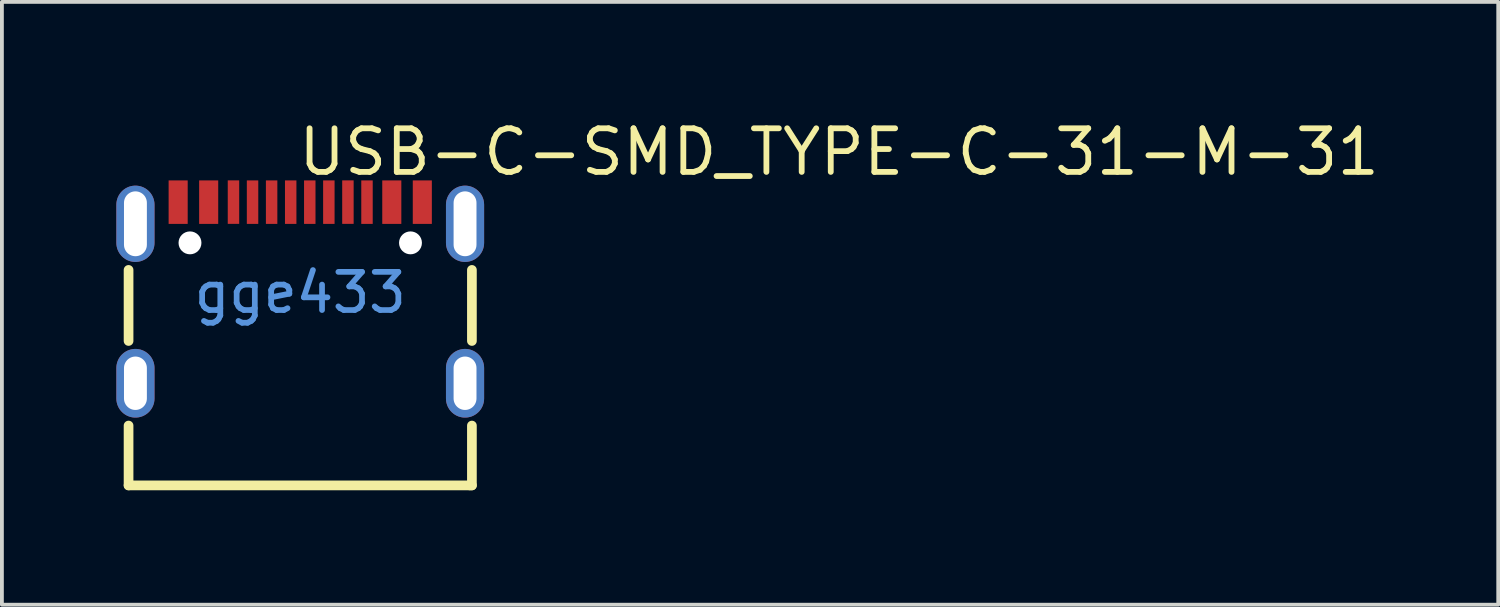
<source format=kicad_pcb>
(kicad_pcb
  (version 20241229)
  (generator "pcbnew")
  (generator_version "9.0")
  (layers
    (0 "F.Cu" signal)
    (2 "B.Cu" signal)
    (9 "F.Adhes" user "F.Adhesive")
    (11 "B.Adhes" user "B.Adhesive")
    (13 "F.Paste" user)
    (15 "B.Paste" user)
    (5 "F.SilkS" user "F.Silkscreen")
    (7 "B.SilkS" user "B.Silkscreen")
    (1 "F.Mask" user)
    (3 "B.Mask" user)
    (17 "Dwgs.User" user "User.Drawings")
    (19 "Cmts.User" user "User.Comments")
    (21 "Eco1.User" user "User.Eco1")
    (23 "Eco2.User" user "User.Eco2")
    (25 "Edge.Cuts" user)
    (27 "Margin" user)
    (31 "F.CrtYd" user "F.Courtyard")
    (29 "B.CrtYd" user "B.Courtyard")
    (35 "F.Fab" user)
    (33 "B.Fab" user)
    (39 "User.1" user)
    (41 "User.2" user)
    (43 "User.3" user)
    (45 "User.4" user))
  (footprint "USB-C-SMD_TYPE-C-31-M-31"
    (layer "F.Cu")
    (at 4.82 4.622)
    (property "Reference" "USB-C-SMD_TYPE-C-31-M-31" (at -0.127 -3.687 0) (layer "F.SilkS") (effects (font (size 1.143 1.143) (thickness 0.152)) (justify left)))
    (attr smd)
    (fp_line (start -4.5 1.266) (end -4.5 -0.597) (stroke (width 0.254) (type solid)) (layer "F.SilkS"))
    (fp_line (start -4.5 3.483) (end -4.5 5.052) (stroke (width 0.254) (type solid)) (layer "F.SilkS"))
    (fp_line (start -4.5 5.052) (end 4.445 5.052) (stroke (width 0.254) (type solid)) (layer "F.SilkS"))
    (fp_line (start 4.445 5.052) (end 4.5 5.052) (stroke (width 0.254) (type solid)) (layer "F.SilkS"))
    (fp_line (start 4.5 1.266) (end 4.5 -0.597) (stroke (width 0.254) (type solid)) (layer "F.SilkS"))
    (fp_line (start 4.5 5.052) (end 4.5 3.483) (stroke (width 0.254) (type solid)) (layer "F.SilkS"))
    (fp_poly (pts (xy -3.45 -2.943) (xy -2.95 -2.943) (xy -2.95 -1.803) (xy -3.45 -1.803)) (stroke (width 0) (type solid)) (fill yes) (layer "F.Paste"))
    (fp_poly (pts (xy -2.65 -2.943) (xy -2.15 -2.943) (xy -2.15 -1.803) (xy -2.65 -1.803)) (stroke (width 0) (type solid)) (fill yes) (layer "F.Paste"))
    (fp_poly (pts (xy -1.9 -2.944) (xy -1.6 -2.944) (xy -1.6 -1.804) (xy -1.9 -1.804)) (stroke (width 0) (type solid)) (fill yes) (layer "F.Paste"))
    (fp_poly (pts (xy -1.4 -2.943) (xy -1.1 -2.943) (xy -1.1 -1.803) (xy -1.4 -1.803)) (stroke (width 0) (type solid)) (fill yes) (layer "F.Paste"))
    (fp_poly (pts (xy -0.9 -2.943) (xy -0.6 -2.943) (xy -0.6 -1.803) (xy -0.9 -1.803)) (stroke (width 0) (type solid)) (fill yes) (layer "F.Paste"))
    (fp_poly (pts (xy -0.4 -2.943) (xy -0.1 -2.943) (xy -0.1 -1.803) (xy -0.4 -1.803)) (stroke (width 0) (type solid)) (fill yes) (layer "F.Paste"))
    (fp_poly (pts (xy 0.1 -2.943) (xy 0.4 -2.943) (xy 0.4 -1.803) (xy 0.1 -1.803)) (stroke (width 0) (type solid)) (fill yes) (layer "F.Paste"))
    (fp_poly (pts (xy 0.6 -2.943) (xy 0.9 -2.943) (xy 0.9 -1.803) (xy 0.6 -1.803)) (stroke (width 0) (type solid)) (fill yes) (layer "F.Paste"))
    (fp_poly (pts (xy 1.1 -2.944) (xy 1.4 -2.944) (xy 1.4 -1.804) (xy 1.1 -1.804)) (stroke (width 0) (type solid)) (fill yes) (layer "F.Paste"))
    (fp_poly (pts (xy 1.6 -2.943) (xy 1.9 -2.943) (xy 1.9 -1.803) (xy 1.6 -1.803)) (stroke (width 0) (type solid)) (fill yes) (layer "F.Paste"))
    (fp_poly (pts (xy 2.15 -2.943) (xy 2.65 -2.943) (xy 2.65 -1.803) (xy 2.15 -1.803)) (stroke (width 0) (type solid)) (fill yes) (layer "F.Paste"))
    (fp_poly (pts (xy 2.95 -2.943) (xy 3.45 -2.943) (xy 3.45 -1.803) (xy 2.95 -1.803)) (stroke (width 0) (type solid)) (fill yes) (layer "F.Paste"))
    (fp_poly (pts (xy -4.283 -2.804) (xy -4.308 -2.806) (xy -4.333 -2.806) (xy -4.357 -2.804) (xy -4.382 -2.802) (xy -4.407 -2.798) (xy -4.431 -2.793) (xy -4.455 -2.787) (xy -4.479 -2.78) (xy -4.503 -2.771) (xy -4.526 -2.762) (xy -4.548 -2.751) (xy -4.57 -2.739) (xy -4.591 -2.726) (xy -4.612 -2.712) (xy -4.632 -2.697) (xy -4.651 -2.681) (xy -4.669 -2.664) (xy -4.687 -2.646) (xy -4.703 -2.627) (xy -4.719 -2.608) (xy -4.733 -2.587) (xy -4.747 -2.567) (xy -4.759 -2.545) (xy -4.771 -2.523) (xy -4.781 -2.5) (xy -4.79 -2.477) (xy -4.798 -2.453) (xy -4.805 -2.429) (xy -4.81 -2.405) (xy -4.814 -2.38) (xy -4.818 -2.356) (xy -4.819 -2.331) (xy -4.82 -2.306) (xy -4.82 -1.306) (xy -4.819 -1.281) (xy -4.818 -1.256) (xy -4.814 -1.231) (xy -4.81 -1.207) (xy -4.805 -1.182) (xy -4.798 -1.158) (xy -4.79 -1.135) (xy -4.781 -1.112) (xy -4.771 -1.089) (xy -4.759 -1.067) (xy -4.747 -1.045) (xy -4.733 -1.024) (xy -4.719 -1.004) (xy -4.703 -0.984) (xy -4.687 -0.966) (xy -4.669 -0.948) (xy -4.651 -0.931) (xy -4.632 -0.915) (xy -4.612 -0.9) (xy -4.591 -0.886) (xy -4.57 -0.873) (xy -4.548 -0.861) (xy -4.526 -0.85) (xy -4.503 -0.84) (xy -4.479 -0.832) (xy -4.455 -0.825) (xy -4.431 -0.818) (xy -4.407 -0.813) (xy -4.382 -0.81) (xy -4.357 -0.807) (xy -4.333 -0.806) (xy -4.308 -0.806) (xy -4.283 -0.807) (xy -4.258 -0.81) (xy -4.233 -0.813) (xy -4.209 -0.818) (xy -4.185 -0.825) (xy -4.161 -0.832) (xy -4.137 -0.84) (xy -4.114 -0.85) (xy -4.092 -0.861) (xy -4.07 -0.873) (xy -4.049 -0.886) (xy -4.028 -0.9) (xy -4.008 -0.915) (xy -3.989 -0.931) (xy -3.971 -0.948) (xy -3.954 -0.966) (xy -3.937 -0.984) (xy -3.921 -1.004) (xy -3.907 -1.024) (xy -3.893 -1.045) (xy -3.881 -1.067) (xy -3.87 -1.089) (xy -3.859 -1.112) (xy -3.85 -1.135) (xy -3.842 -1.158) (xy -3.836 -1.182) (xy -3.83 -1.207) (xy -3.826 -1.231) (xy -3.823 -1.256) (xy -3.821 -1.281) (xy -3.82 -1.306) (xy -3.82 -2.306) (xy -3.821 -2.331) (xy -3.823 -2.356) (xy -3.826 -2.38) (xy -3.83 -2.405) (xy -3.836 -2.429) (xy -3.842 -2.453) (xy -3.85 -2.477) (xy -3.859 -2.5) (xy -3.87 -2.523) (xy -3.881 -2.545) (xy -3.893 -2.567) (xy -3.907 -2.587) (xy -3.921 -2.608) (xy -3.937 -2.627) (xy -3.954 -2.646) (xy -3.971 -2.664) (xy -3.989 -2.681) (xy -4.008 -2.697) (xy -4.028 -2.712) (xy -4.049 -2.726) (xy -4.07 -2.739) (xy -4.092 -2.751) (xy -4.114 -2.762) (xy -4.137 -2.771) (xy -4.161 -2.78) (xy -4.185 -2.787) (xy -4.209 -2.793) (xy -4.233 -2.798) (xy -4.258 -2.802)) (stroke (width 0) (type solid)) (fill yes) (layer "F.Paste"))
    (fp_poly (pts (xy -4.283 1.475) (xy -4.308 1.474) (xy -4.333 1.474) (xy -4.357 1.475) (xy -4.382 1.478) (xy -4.407 1.482) (xy -4.431 1.487) (xy -4.455 1.493) (xy -4.479 1.5) (xy -4.503 1.509) (xy -4.526 1.518) (xy -4.548 1.529) (xy -4.57 1.541) (xy -4.591 1.554) (xy -4.612 1.568) (xy -4.632 1.583) (xy -4.651 1.599) (xy -4.669 1.616) (xy -4.687 1.634) (xy -4.703 1.653) (xy -4.719 1.672) (xy -4.733 1.692) (xy -4.747 1.713) (xy -4.759 1.735) (xy -4.771 1.757) (xy -4.781 1.78) (xy -4.79 1.803) (xy -4.798 1.827) (xy -4.805 1.851) (xy -4.81 1.875) (xy -4.814 1.899) (xy -4.818 1.924) (xy -4.819 1.949) (xy -4.82 1.974) (xy -4.82 2.774) (xy -4.819 2.799) (xy -4.818 2.824) (xy -4.814 2.849) (xy -4.81 2.873) (xy -4.805 2.897) (xy -4.798 2.921) (xy -4.79 2.945) (xy -4.781 2.968) (xy -4.771 2.991) (xy -4.759 3.013) (xy -4.747 3.035) (xy -4.733 3.056) (xy -4.719 3.076) (xy -4.703 3.095) (xy -4.687 3.114) (xy -4.669 3.132) (xy -4.651 3.149) (xy -4.632 3.165) (xy -4.612 3.18) (xy -4.591 3.194) (xy -4.57 3.207) (xy -4.548 3.219) (xy -4.526 3.23) (xy -4.503 3.239) (xy -4.479 3.248) (xy -4.455 3.255) (xy -4.431 3.261) (xy -4.407 3.266) (xy -4.382 3.27) (xy -4.357 3.273) (xy -4.333 3.274) (xy -4.308 3.274) (xy -4.283 3.273) (xy -4.258 3.27) (xy -4.233 3.266) (xy -4.209 3.261) (xy -4.185 3.255) (xy -4.161 3.248) (xy -4.137 3.239) (xy -4.114 3.23) (xy -4.092 3.219) (xy -4.07 3.207) (xy -4.049 3.194) (xy -4.028 3.18) (xy -4.008 3.165) (xy -3.989 3.149) (xy -3.971 3.132) (xy -3.954 3.114) (xy -3.937 3.095) (xy -3.921 3.076) (xy -3.907 3.056) (xy -3.893 3.035) (xy -3.881 3.013) (xy -3.87 2.991) (xy -3.859 2.968) (xy -3.85 2.945) (xy -3.842 2.921) (xy -3.836 2.897) (xy -3.83 2.873) (xy -3.826 2.849) (xy -3.823 2.824) (xy -3.821 2.799) (xy -3.82 2.774) (xy -3.82 1.974) (xy -3.821 1.949) (xy -3.823 1.924) (xy -3.826 1.899) (xy -3.83 1.875) (xy -3.836 1.851) (xy -3.842 1.827) (xy -3.85 1.803) (xy -3.859 1.78) (xy -3.87 1.757) (xy -3.881 1.735) (xy -3.893 1.713) (xy -3.907 1.692) (xy -3.921 1.672) (xy -3.937 1.653) (xy -3.954 1.634) (xy -3.971 1.616) (xy -3.989 1.599) (xy -4.008 1.583) (xy -4.028 1.568) (xy -4.049 1.554) (xy -4.07 1.541) (xy -4.092 1.529) (xy -4.114 1.518) (xy -4.137 1.509) (xy -4.161 1.5) (xy -4.185 1.493) (xy -4.209 1.487) (xy -4.233 1.482) (xy -4.258 1.478)) (stroke (width 0) (type solid)) (fill yes) (layer "F.Paste"))
    (fp_poly (pts (xy 4.357 -2.805) (xy 4.333 -2.806) (xy 4.308 -2.806) (xy 4.283 -2.805) (xy 4.258 -2.802) (xy 4.233 -2.798) (xy 4.209 -2.794) (xy 4.185 -2.787) (xy 4.161 -2.78) (xy 4.137 -2.771) (xy 4.114 -2.762) (xy 4.092 -2.751) (xy 4.07 -2.739) (xy 4.049 -2.726) (xy 4.028 -2.712) (xy 4.008 -2.697) (xy 3.989 -2.681) (xy 3.971 -2.664) (xy 3.954 -2.646) (xy 3.937 -2.627) (xy 3.921 -2.608) (xy 3.907 -2.588) (xy 3.893 -2.567) (xy 3.881 -2.545) (xy 3.87 -2.523) (xy 3.859 -2.5) (xy 3.85 -2.477) (xy 3.842 -2.453) (xy 3.836 -2.429) (xy 3.83 -2.405) (xy 3.826 -2.381) (xy 3.823 -2.356) (xy 3.821 -2.331) (xy 3.82 -2.306) (xy 3.82 -1.306) (xy 3.821 -1.281) (xy 3.823 -1.256) (xy 3.826 -1.232) (xy 3.83 -1.207) (xy 3.836 -1.183) (xy 3.842 -1.159) (xy 3.85 -1.135) (xy 3.859 -1.112) (xy 3.87 -1.089) (xy 3.881 -1.067) (xy 3.893 -1.045) (xy 3.907 -1.024) (xy 3.921 -1.004) (xy 3.937 -0.985) (xy 3.954 -0.966) (xy 3.971 -0.948) (xy 3.989 -0.931) (xy 4.008 -0.915) (xy 4.028 -0.9) (xy 4.049 -0.886) (xy 4.07 -0.873) (xy 4.092 -0.861) (xy 4.114 -0.85) (xy 4.137 -0.841) (xy 4.161 -0.832) (xy 4.185 -0.825) (xy 4.209 -0.819) (xy 4.233 -0.814) (xy 4.258 -0.81) (xy 4.283 -0.807) (xy 4.308 -0.806) (xy 4.333 -0.806) (xy 4.357 -0.807) (xy 4.382 -0.81) (xy 4.407 -0.814) (xy 4.431 -0.819) (xy 4.455 -0.825) (xy 4.479 -0.832) (xy 4.503 -0.841) (xy 4.526 -0.85) (xy 4.548 -0.861) (xy 4.57 -0.873) (xy 4.591 -0.886) (xy 4.612 -0.9) (xy 4.632 -0.915) (xy 4.651 -0.931) (xy 4.669 -0.948) (xy 4.687 -0.966) (xy 4.703 -0.985) (xy 4.719 -1.004) (xy 4.733 -1.024) (xy 4.747 -1.045) (xy 4.759 -1.067) (xy 4.771 -1.089) (xy 4.781 -1.112) (xy 4.79 -1.135) (xy 4.798 -1.159) (xy 4.805 -1.183) (xy 4.81 -1.207) (xy 4.814 -1.232) (xy 4.818 -1.256) (xy 4.819 -1.281) (xy 4.82 -1.306) (xy 4.82 -2.306) (xy 4.819 -2.331) (xy 4.818 -2.356) (xy 4.814 -2.381) (xy 4.81 -2.405) (xy 4.805 -2.429) (xy 4.798 -2.453) (xy 4.79 -2.477) (xy 4.781 -2.5) (xy 4.771 -2.523) (xy 4.759 -2.545) (xy 4.747 -2.567) (xy 4.733 -2.588) (xy 4.719 -2.608) (xy 4.703 -2.627) (xy 4.687 -2.646) (xy 4.669 -2.664) (xy 4.651 -2.681) (xy 4.632 -2.697) (xy 4.612 -2.712) (xy 4.591 -2.726) (xy 4.57 -2.739) (xy 4.548 -2.751) (xy 4.526 -2.762) (xy 4.503 -2.771) (xy 4.479 -2.78) (xy 4.455 -2.787) (xy 4.431 -2.794) (xy 4.407 -2.798) (xy 4.382 -2.802)) (stroke (width 0) (type solid)) (fill yes) (layer "F.Paste"))
    (fp_poly (pts (xy 4.357 1.475) (xy 4.333 1.474) (xy 4.308 1.474) (xy 4.283 1.475) (xy 4.258 1.478) (xy 4.233 1.482) (xy 4.209 1.487) (xy 4.185 1.493) (xy 4.161 1.5) (xy 4.137 1.509) (xy 4.114 1.518) (xy 4.092 1.529) (xy 4.07 1.541) (xy 4.049 1.554) (xy 4.028 1.568) (xy 4.008 1.583) (xy 3.989 1.599) (xy 3.971 1.616) (xy 3.954 1.634) (xy 3.937 1.653) (xy 3.921 1.672) (xy 3.907 1.692) (xy 3.893 1.713) (xy 3.881 1.735) (xy 3.87 1.757) (xy 3.859 1.78) (xy 3.85 1.803) (xy 3.842 1.827) (xy 3.836 1.851) (xy 3.83 1.875) (xy 3.826 1.899) (xy 3.823 1.924) (xy 3.821 1.949) (xy 3.82 1.974) (xy 3.82 2.774) (xy 3.821 2.799) (xy 3.823 2.824) (xy 3.826 2.849) (xy 3.83 2.873) (xy 3.836 2.897) (xy 3.842 2.921) (xy 3.85 2.945) (xy 3.859 2.968) (xy 3.87 2.991) (xy 3.881 3.013) (xy 3.893 3.035) (xy 3.907 3.056) (xy 3.921 3.076) (xy 3.937 3.095) (xy 3.954 3.114) (xy 3.971 3.132) (xy 3.989 3.149) (xy 4.008 3.165) (xy 4.028 3.18) (xy 4.049 3.194) (xy 4.07 3.207) (xy 4.092 3.219) (xy 4.114 3.23) (xy 4.137 3.239) (xy 4.161 3.248) (xy 4.185 3.255) (xy 4.209 3.261) (xy 4.233 3.266) (xy 4.258 3.27) (xy 4.283 3.273) (xy 4.308 3.274) (xy 4.333 3.274) (xy 4.357 3.273) (xy 4.382 3.27) (xy 4.407 3.266) (xy 4.431 3.261) (xy 4.455 3.255) (xy 4.479 3.248) (xy 4.503 3.239) (xy 4.526 3.23) (xy 4.548 3.219) (xy 4.57 3.207) (xy 4.591 3.194) (xy 4.612 3.18) (xy 4.632 3.165) (xy 4.651 3.149) (xy 4.669 3.132) (xy 4.687 3.114) (xy 4.703 3.095) (xy 4.719 3.076) (xy 4.733 3.056) (xy 4.747 3.035) (xy 4.759 3.013) (xy 4.771 2.991) (xy 4.781 2.968) (xy 4.79 2.945) (xy 4.798 2.921) (xy 4.805 2.897) (xy 4.81 2.873) (xy 4.814 2.849) (xy 4.818 2.824) (xy 4.819 2.799) (xy 4.82 2.774) (xy 4.82 1.974) (xy 4.819 1.949) (xy 4.818 1.924) (xy 4.814 1.899) (xy 4.81 1.875) (xy 4.805 1.851) (xy 4.798 1.827) (xy 4.79 1.803) (xy 4.781 1.78) (xy 4.771 1.757) (xy 4.759 1.735) (xy 4.747 1.713) (xy 4.733 1.692) (xy 4.719 1.672) (xy 4.703 1.653) (xy 4.687 1.634) (xy 4.669 1.616) (xy 4.651 1.599) (xy 4.632 1.583) (xy 4.612 1.568) (xy 4.591 1.554) (xy 4.57 1.541) (xy 4.548 1.529) (xy 4.526 1.518) (xy 4.503 1.509) (xy 4.479 1.5) (xy 4.455 1.493) (xy 4.431 1.487) (xy 4.407 1.482) (xy 4.382 1.478)) (stroke (width 0) (type solid)) (fill yes) (layer "F.Paste"))
    (fp_circle (center -2.89 -1.306) (end -2.765 -1.306) (stroke (width 0.25) (type solid)) (fill no) (layer "Cmts.User"))
    (fp_circle (center 2.89 -1.306) (end 3.015 -1.306) (stroke (width 0.25) (type solid)) (fill no) (layer "Cmts.User"))
    (fp_text user "gge433" (at 0 0 0) (layer "Cmts.User") (effects (font (size 1 1) (thickness 0.15))))
    (pad "" np_thru_hole circle (at -2.89 -1.306) (size 0.6 0.6) (drill 0.6) (layers "*.Cu" "*.Mask"))
    (pad "" np_thru_hole circle (at 2.89 -1.306) (size 0.6 0.6) (drill 0.6) (layers "*.Cu" "*.Mask"))
    (pad "A1" smd rect (at -3.2 -2.373) (size 0.5 1.14) (layers "F.Cu" "F.Mask" "F.Paste"))
    (pad "A4" smd rect (at -2.4 -2.373) (size 0.5 1.14) (layers "F.Cu" "F.Mask" "F.Paste"))
    (pad "A5" smd rect (at -1.25 -2.373) (size 0.3 1.14) (layers "F.Cu" "F.Mask" "F.Paste"))
    (pad "A6" smd rect (at -0.25 -2.373) (size 0.3 1.14) (layers "F.Cu" "F.Mask" "F.Paste"))
    (pad "A7" smd rect (at 0.25 -2.373) (size 0.3 1.14) (layers "F.Cu" "F.Mask" "F.Paste"))
    (pad "A8" smd rect (at 1.25 -2.374) (size 0.3 1.14) (layers "F.Cu" "F.Mask" "F.Paste"))
    (pad "A9" smd rect (at 2.4 -2.373) (size 0.5 1.14) (layers "F.Cu" "F.Mask" "F.Paste"))
    (pad "A12" smd rect (at 3.2 -2.373) (size 0.5 1.14) (layers "F.Cu" "F.Mask" "F.Paste"))
    (pad "B5" smd rect (at 1.75 -2.373) (size 0.3 1.14) (layers "F.Cu" "F.Mask" "F.Paste"))
    (pad "B6" smd rect (at 0.75 -2.373) (size 0.3 1.14) (layers "F.Cu" "F.Mask" "F.Paste"))
    (pad "B7" smd rect (at -0.75 -2.373) (size 0.3 1.14) (layers "F.Cu" "F.Mask" "F.Paste"))
    (pad "B8" smd rect (at -1.75 -2.374) (size 0.3 1.14) (layers "F.Cu" "F.Mask" "F.Paste"))
    (pad "S1" thru_hole oval (at -4.32 -1.806) (size 1 2) (drill oval 0.6 1.7) (layers "*.Cu" "*.Paste" "*.Mask"))
    (pad "S1" thru_hole oval (at -4.32 2.374) (size 1 1.8) (drill oval 0.6 1.4) (layers "*.Cu" "*.Paste" "*.Mask"))
    (pad "S1" thru_hole oval (at 4.32 -1.806) (size 1 2) (drill oval 0.6 1.7) (layers "*.Cu" "*.Paste" "*.Mask"))
    (pad "S1" thru_hole oval (at 4.32 2.374) (size 1 1.8) (drill oval 0.6 1.4) (layers "*.Cu" "*.Paste" "*.Mask")))
  (gr_rect
    (start -3 -3)
    (end 36.223 12.801)
    (stroke (width 0.1) (type default))
    (fill no)
    (layer "Edge.Cuts")))
</source>
